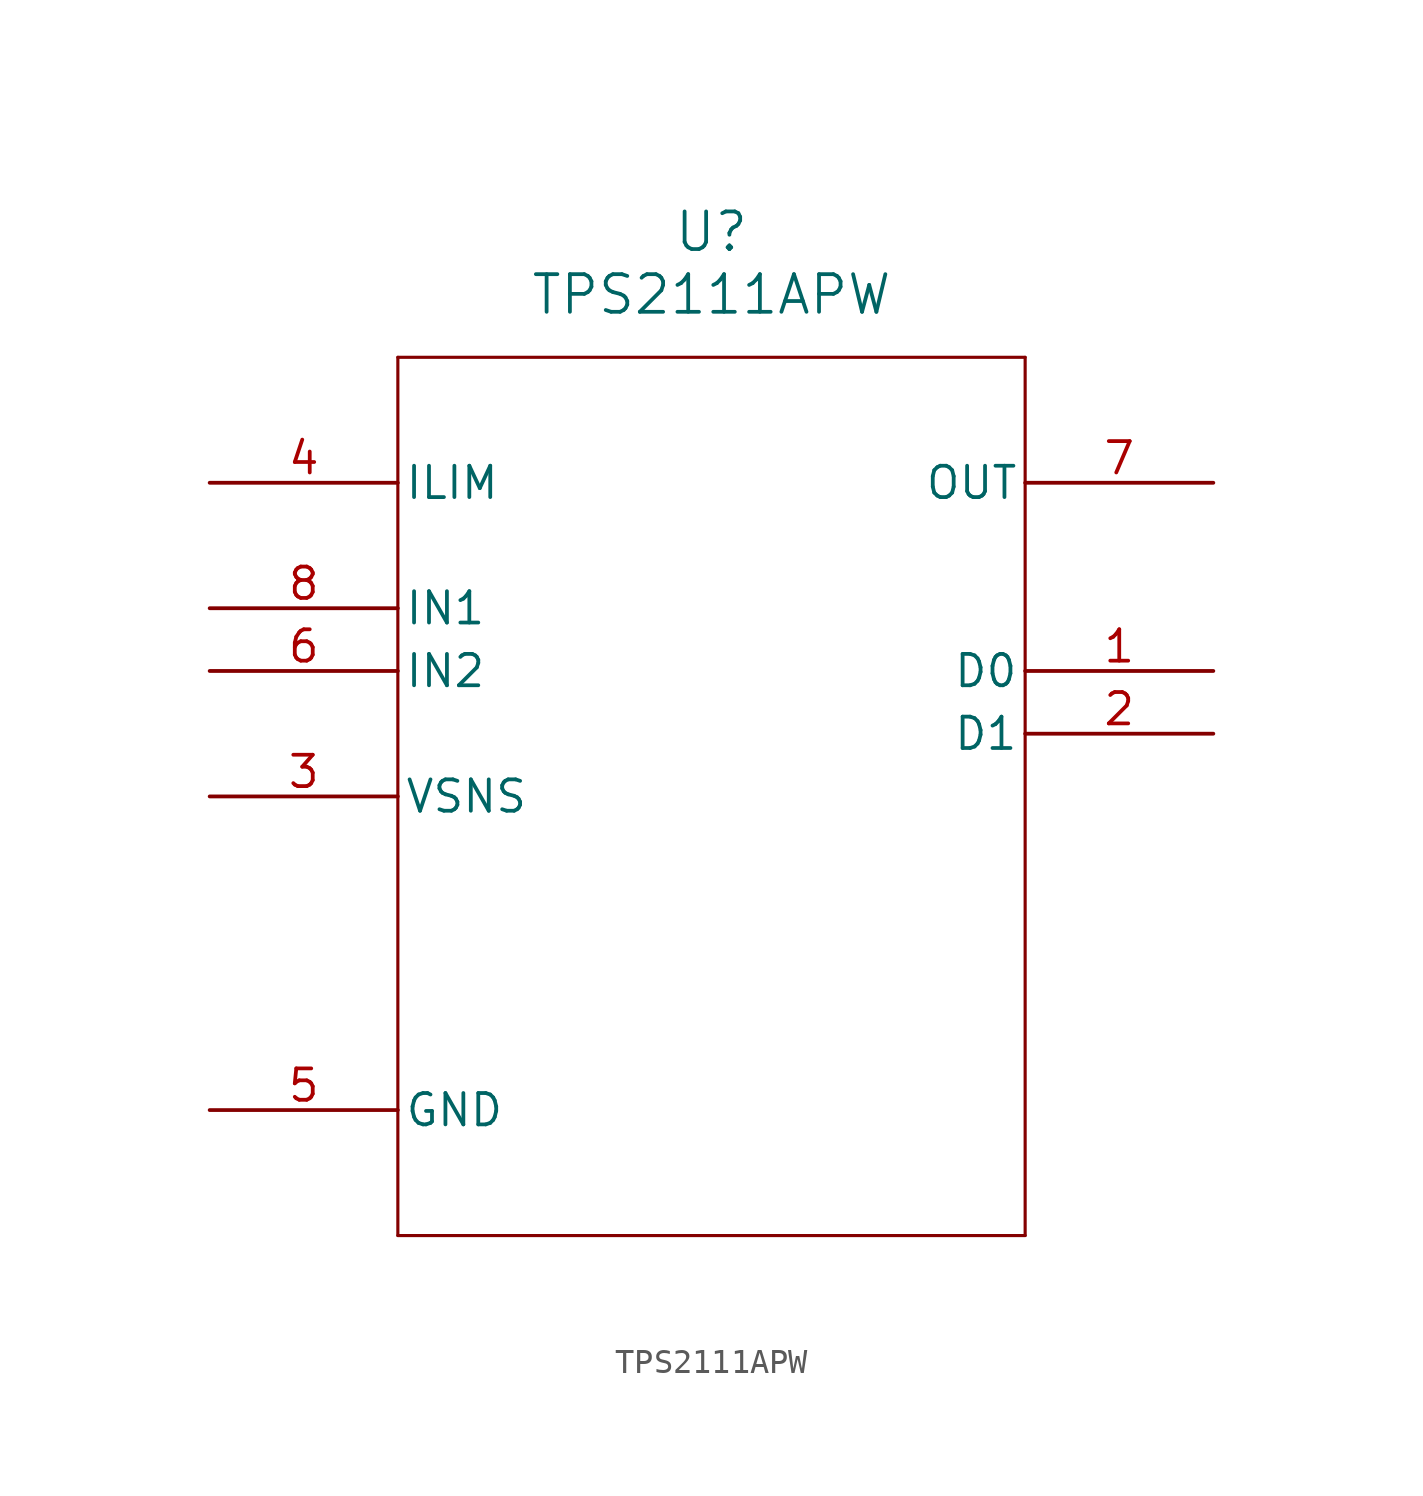
<source format=kicad_sym>
(kicad_symbol_lib
  (version 20211014)
  (generator kicad_symbol_editor)
  (symbol "TPS2111APW"
    (pin_names
      (offset 0.254))
    (property "Reference" "U"
      (at 20.32 10.16 0)
      (effects (font (size 1.524 1.524))))
    (property "Value" "TPS2111APW"
      (at 20.32 7.62 0)
      (effects (font (size 1.524 1.524))))
    (symbol "TPS2111APW_0_1"
      (polyline (pts (xy 7.62 5.08) (xy 7.62 -30.48)) (stroke (width 0.127) (type default) (color 0 0 0 0)) (fill (type none)))
      (polyline (pts (xy 7.62 -30.48) (xy 33.02 -30.48)) (stroke (width 0.127) (type default) (color 0 0 0 0)) (fill (type none)))
      (polyline (pts (xy 33.02 -30.48) (xy 33.02 5.08)) (stroke (width 0.127) (type default) (color 0 0 0 0)) (fill (type none)))
      (polyline (pts (xy 33.02 5.08) (xy 7.62 5.08)) (stroke (width 0.127) (type default) (color 0 0 0 0)) (fill (type none)))
      (pin input line (at 40.64 -7.62 180) (length 7.62) (name "D0" (effects (font (size 1.27 1.27)))) (number "1" (effects (font (size 1.27 1.27)))))
      (pin input line (at 40.64 -10.16 180) (length 7.62) (name "D1" (effects (font (size 1.27 1.27)))) (number "2" (effects (font (size 1.27 1.27)))))
      (pin input line (at 0 -12.7 0) (length 7.62) (name "VSNS" (effects (font (size 1.27 1.27)))) (number "3" (effects (font (size 1.27 1.27)))))
      (pin input line (at 0 0 0) (length 7.62) (name "ILIM" (effects (font (size 1.27 1.27)))) (number "4" (effects (font (size 1.27 1.27)))))
      (pin input line (at 0 -25.4 0) (length 7.62) (name "GND" (effects (font (size 1.27 1.27)))) (number "5" (effects (font (size 1.27 1.27)))))
      (pin input line (at 0 -7.62 0) (length 7.62) (name "IN2" (effects (font (size 1.27 1.27)))) (number "6" (effects (font (size 1.27 1.27)))))
      (pin output line (at 40.64 0 180) (length 7.62) (name "OUT" (effects (font (size 1.27 1.27)))) (number "7" (effects (font (size 1.27 1.27)))))
      (pin input line (at 0 -5.08 0) (length 7.62) (name "IN1" (effects (font (size 1.27 1.27)))) (number "8" (effects (font (size 1.27 1.27))))))))
</source>
